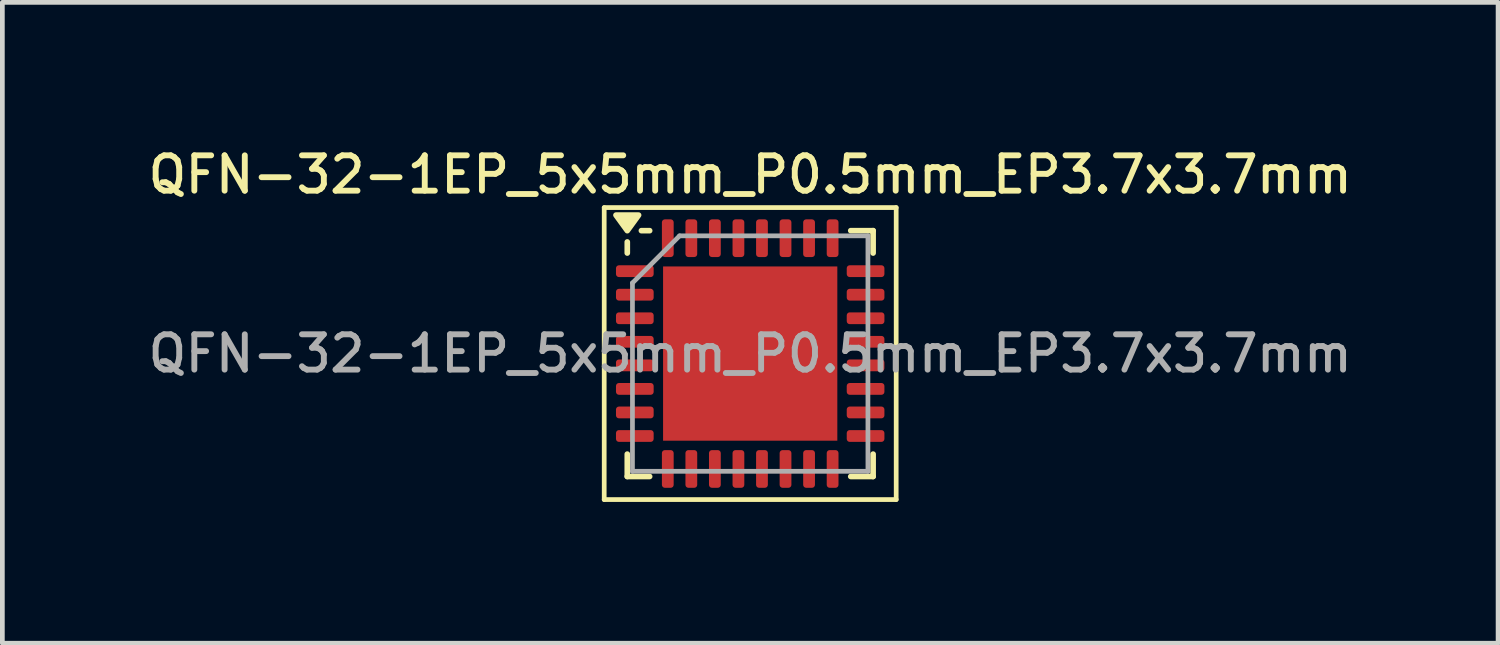
<source format=kicad_pcb>
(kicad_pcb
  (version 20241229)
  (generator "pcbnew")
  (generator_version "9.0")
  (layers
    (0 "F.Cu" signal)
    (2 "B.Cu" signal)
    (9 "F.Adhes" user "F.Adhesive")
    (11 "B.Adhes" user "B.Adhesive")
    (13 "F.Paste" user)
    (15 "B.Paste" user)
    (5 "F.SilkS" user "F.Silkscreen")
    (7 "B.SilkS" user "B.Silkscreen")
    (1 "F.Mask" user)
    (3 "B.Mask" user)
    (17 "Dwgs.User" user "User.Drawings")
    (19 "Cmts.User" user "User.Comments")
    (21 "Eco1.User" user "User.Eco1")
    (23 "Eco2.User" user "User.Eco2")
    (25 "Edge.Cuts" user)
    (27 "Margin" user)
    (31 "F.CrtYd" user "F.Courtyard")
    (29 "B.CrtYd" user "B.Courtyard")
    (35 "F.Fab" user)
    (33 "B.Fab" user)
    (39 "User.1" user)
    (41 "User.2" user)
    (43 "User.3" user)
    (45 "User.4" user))
  (footprint "QFN-32-1EP_5x5mm_P0.5mm_EP3.7x3.7mm"
    (layer "F.Cu")
    (at 12.88 4.458)
    (property "Reference" "QFN-32-1EP_5x5mm_P0.5mm_EP3.7x3.7mm" (at 0 -3.8 0) (layer "F.SilkS") (effects (font (size 0.75 0.75) (thickness 0.125))))
    (attr smd)
    (fp_line (start -3.1 -3.1) (end -3.1 3.1) (stroke (width 0.1) (type solid)) (layer "F.SilkS"))
    (fp_line (start -3.1 3.1) (end 3.1 3.1) (stroke (width 0.1) (type solid)) (layer "F.SilkS"))
    (fp_line (start -2.61 -2.135) (end -2.61 -2.37) (stroke (width 0.12) (type solid)) (layer "F.SilkS"))
    (fp_line (start -2.61 2.61) (end -2.61 2.135) (stroke (width 0.12) (type solid)) (layer "F.SilkS"))
    (fp_line (start -2.135 -2.61) (end -2.31 -2.61) (stroke (width 0.12) (type solid)) (layer "F.SilkS"))
    (fp_line (start -2.135 2.61) (end -2.61 2.61) (stroke (width 0.12) (type solid)) (layer "F.SilkS"))
    (fp_line (start 2.135 -2.61) (end 2.61 -2.61) (stroke (width 0.12) (type solid)) (layer "F.SilkS"))
    (fp_line (start 2.135 2.61) (end 2.61 2.61) (stroke (width 0.12) (type solid)) (layer "F.SilkS"))
    (fp_line (start 2.61 -2.61) (end 2.61 -2.135) (stroke (width 0.12) (type solid)) (layer "F.SilkS"))
    (fp_line (start 2.61 2.61) (end 2.61 2.135) (stroke (width 0.12) (type solid)) (layer "F.SilkS"))
    (fp_line (start 3.1 -3.1) (end -3.1 -3.1) (stroke (width 0.1) (type solid)) (layer "F.SilkS"))
    (fp_line (start 3.1 3.1) (end 3.1 -3.1) (stroke (width 0.1) (type solid)) (layer "F.SilkS"))
    (fp_poly (pts (xy -2.61 -2.61) (xy -2.85 -2.94) (xy -2.37 -2.94) (xy -2.61 -2.61)) (stroke (width 0.12) (type solid)) (fill yes) (layer "F.SilkS"))
    (fp_line (start -2.5 -1.5) (end -1.5 -2.5) (stroke (width 0.1) (type solid)) (layer "F.Fab"))
    (fp_line (start -2.5 2.5) (end -2.5 -1.5) (stroke (width 0.1) (type solid)) (layer "F.Fab"))
    (fp_line (start -1.5 -2.5) (end 2.5 -2.5) (stroke (width 0.1) (type solid)) (layer "F.Fab"))
    (fp_line (start 2.5 -2.5) (end 2.5 2.5) (stroke (width 0.1) (type solid)) (layer "F.Fab"))
    (fp_line (start 2.5 2.5) (end -2.5 2.5) (stroke (width 0.1) (type solid)) (layer "F.Fab"))
    (fp_text user "${REFERENCE}" (at 0 0 0) (layer "F.Fab") (effects (font (size 0.75 0.75) (thickness 0.125))))
    (pad "" smd roundrect (at -0.925 -0.925) (size 1.49 1.49) (layers "F.Paste") (roundrect_rratio 0.168))
    (pad "" smd roundrect (at -0.925 0.925) (size 1.49 1.49) (layers "F.Paste") (roundrect_rratio 0.168))
    (pad "" smd roundrect (at 0.925 -0.925) (size 1.49 1.49) (layers "F.Paste") (roundrect_rratio 0.168))
    (pad "" smd roundrect (at 0.925 0.925) (size 1.49 1.49) (layers "F.Paste") (roundrect_rratio 0.168))
    (pad "1" smd roundrect (at -2.45 -1.75) (size 0.8 0.25) (layers "F.Cu" "F.Mask" "F.Paste") (roundrect_rratio 0.25))
    (pad "2" smd roundrect (at -2.45 -1.25) (size 0.8 0.25) (layers "F.Cu" "F.Mask" "F.Paste") (roundrect_rratio 0.25))
    (pad "3" smd roundrect (at -2.45 -0.75) (size 0.8 0.25) (layers "F.Cu" "F.Mask" "F.Paste") (roundrect_rratio 0.25))
    (pad "4" smd roundrect (at -2.45 -0.25) (size 0.8 0.25) (layers "F.Cu" "F.Mask" "F.Paste") (roundrect_rratio 0.25))
    (pad "5" smd roundrect (at -2.45 0.25) (size 0.8 0.25) (layers "F.Cu" "F.Mask" "F.Paste") (roundrect_rratio 0.25))
    (pad "6" smd roundrect (at -2.45 0.75) (size 0.8 0.25) (layers "F.Cu" "F.Mask" "F.Paste") (roundrect_rratio 0.25))
    (pad "7" smd roundrect (at -2.45 1.25) (size 0.8 0.25) (layers "F.Cu" "F.Mask" "F.Paste") (roundrect_rratio 0.25))
    (pad "8" smd roundrect (at -2.45 1.75) (size 0.8 0.25) (layers "F.Cu" "F.Mask" "F.Paste") (roundrect_rratio 0.25))
    (pad "9" smd roundrect (at -1.75 2.45) (size 0.25 0.8) (layers "F.Cu" "F.Mask" "F.Paste") (roundrect_rratio 0.25))
    (pad "10" smd roundrect (at -1.25 2.45) (size 0.25 0.8) (layers "F.Cu" "F.Mask" "F.Paste") (roundrect_rratio 0.25))
    (pad "11" smd roundrect (at -0.75 2.45) (size 0.25 0.8) (layers "F.Cu" "F.Mask" "F.Paste") (roundrect_rratio 0.25))
    (pad "12" smd roundrect (at -0.25 2.45) (size 0.25 0.8) (layers "F.Cu" "F.Mask" "F.Paste") (roundrect_rratio 0.25))
    (pad "13" smd roundrect (at 0.25 2.45) (size 0.25 0.8) (layers "F.Cu" "F.Mask" "F.Paste") (roundrect_rratio 0.25))
    (pad "14" smd roundrect (at 0.75 2.45) (size 0.25 0.8) (layers "F.Cu" "F.Mask" "F.Paste") (roundrect_rratio 0.25))
    (pad "15" smd roundrect (at 1.25 2.45) (size 0.25 0.8) (layers "F.Cu" "F.Mask" "F.Paste") (roundrect_rratio 0.25))
    (pad "16" smd roundrect (at 1.75 2.45) (size 0.25 0.8) (layers "F.Cu" "F.Mask" "F.Paste") (roundrect_rratio 0.25))
    (pad "17" smd roundrect (at 2.45 1.75) (size 0.8 0.25) (layers "F.Cu" "F.Mask" "F.Paste") (roundrect_rratio 0.25))
    (pad "18" smd roundrect (at 2.45 1.25) (size 0.8 0.25) (layers "F.Cu" "F.Mask" "F.Paste") (roundrect_rratio 0.25))
    (pad "19" smd roundrect (at 2.45 0.75) (size 0.8 0.25) (layers "F.Cu" "F.Mask" "F.Paste") (roundrect_rratio 0.25))
    (pad "20" smd roundrect (at 2.45 0.25) (size 0.8 0.25) (layers "F.Cu" "F.Mask" "F.Paste") (roundrect_rratio 0.25))
    (pad "21" smd roundrect (at 2.45 -0.25) (size 0.8 0.25) (layers "F.Cu" "F.Mask" "F.Paste") (roundrect_rratio 0.25))
    (pad "22" smd roundrect (at 2.45 -0.75) (size 0.8 0.25) (layers "F.Cu" "F.Mask" "F.Paste") (roundrect_rratio 0.25))
    (pad "23" smd roundrect (at 2.45 -1.25) (size 0.8 0.25) (layers "F.Cu" "F.Mask" "F.Paste") (roundrect_rratio 0.25))
    (pad "24" smd roundrect (at 2.45 -1.75) (size 0.8 0.25) (layers "F.Cu" "F.Mask" "F.Paste") (roundrect_rratio 0.25))
    (pad "25" smd roundrect (at 1.75 -2.45) (size 0.25 0.8) (layers "F.Cu" "F.Mask" "F.Paste") (roundrect_rratio 0.25))
    (pad "26" smd roundrect (at 1.25 -2.45) (size 0.25 0.8) (layers "F.Cu" "F.Mask" "F.Paste") (roundrect_rratio 0.25))
    (pad "27" smd roundrect (at 0.75 -2.45) (size 0.25 0.8) (layers "F.Cu" "F.Mask" "F.Paste") (roundrect_rratio 0.25))
    (pad "28" smd roundrect (at 0.25 -2.45) (size 0.25 0.8) (layers "F.Cu" "F.Mask" "F.Paste") (roundrect_rratio 0.25))
    (pad "29" smd roundrect (at -0.25 -2.45) (size 0.25 0.8) (layers "F.Cu" "F.Mask" "F.Paste") (roundrect_rratio 0.25))
    (pad "30" smd roundrect (at -0.75 -2.45) (size 0.25 0.8) (layers "F.Cu" "F.Mask" "F.Paste") (roundrect_rratio 0.25))
    (pad "31" smd roundrect (at -1.25 -2.45) (size 0.25 0.8) (layers "F.Cu" "F.Mask" "F.Paste") (roundrect_rratio 0.25))
    (pad "32" smd roundrect (at -1.75 -2.45) (size 0.25 0.8) (layers "F.Cu" "F.Mask" "F.Paste") (roundrect_rratio 0.25))
    (pad "33" smd rect (at 0 0) (size 3.7 3.7) (property pad_prop_heatsink) (layers "F.Cu" "F.Mask")))
  (gr_rect
    (start -3 -3)
    (end 28.761 10.608)
    (stroke (width 0.1) (type default))
    (fill no)
    (layer "Edge.Cuts")))
</source>
